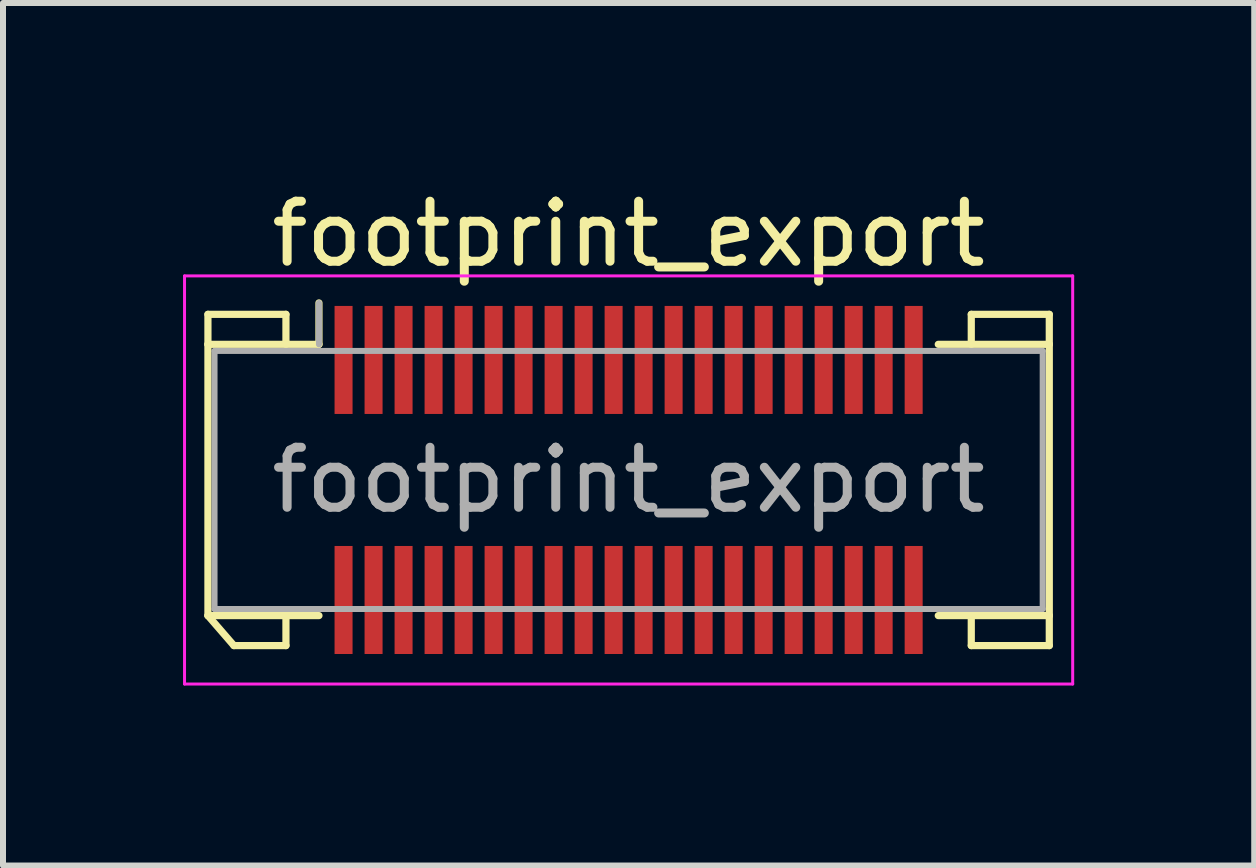
<source format=kicad_pcb>
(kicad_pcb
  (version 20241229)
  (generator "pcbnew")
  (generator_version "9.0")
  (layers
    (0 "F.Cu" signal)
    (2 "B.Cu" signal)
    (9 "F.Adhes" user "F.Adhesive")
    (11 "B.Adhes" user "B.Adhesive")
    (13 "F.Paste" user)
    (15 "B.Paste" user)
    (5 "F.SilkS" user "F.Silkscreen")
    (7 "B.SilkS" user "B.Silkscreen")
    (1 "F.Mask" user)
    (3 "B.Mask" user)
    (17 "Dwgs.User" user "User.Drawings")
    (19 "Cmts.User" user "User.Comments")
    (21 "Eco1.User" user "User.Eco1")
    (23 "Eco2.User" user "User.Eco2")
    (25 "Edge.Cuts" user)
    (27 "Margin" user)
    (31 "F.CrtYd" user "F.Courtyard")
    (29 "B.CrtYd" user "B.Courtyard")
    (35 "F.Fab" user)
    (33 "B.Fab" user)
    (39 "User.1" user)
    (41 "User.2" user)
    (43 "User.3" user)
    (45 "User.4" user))
  (footprint "footprint_export"
    (layer "F.Cu")
    (at 7.425 4.948)
    (property "Reference" "footprint_export" (at 0 -4.1 0) (layer "F.SilkS") (effects (font (size 1 1) (thickness 0.15))))
    (attr smd)
    (fp_line (start -7.01 -2.76) (end -5.71 -2.76) (stroke (width 0.12) (type solid)) (layer "F.SilkS"))
    (fp_line (start -7.01 -2.26) (end -7.01 -2.76) (stroke (width 0.12) (type solid)) (layer "F.SilkS"))
    (fp_line (start -7.01 -2.26) (end -5.16 -2.26) (stroke (width 0.12) (type solid)) (layer "F.SilkS"))
    (fp_line (start -7.01 2.26) (end -7.01 -2.26) (stroke (width 0.12) (type solid)) (layer "F.SilkS"))
    (fp_line (start -7.01 2.26) (end -6.577 2.76) (stroke (width 0.12) (type solid)) (layer "F.SilkS"))
    (fp_line (start -6.577 2.76) (end -5.71 2.76) (stroke (width 0.12) (type solid)) (layer "F.SilkS"))
    (fp_line (start -5.71 -2.76) (end -5.71 -2.26) (stroke (width 0.12) (type solid)) (layer "F.SilkS"))
    (fp_line (start -5.71 2.76) (end -5.71 2.26) (stroke (width 0.12) (type solid)) (layer "F.SilkS"))
    (fp_line (start -5.16 -2.26) (end -5.16 -2.95) (stroke (width 0.12) (type solid)) (layer "F.SilkS"))
    (fp_line (start -5.16 2.26) (end -7.01 2.26) (stroke (width 0.12) (type solid)) (layer "F.SilkS"))
    (fp_line (start 5.16 2.26) (end 7.01 2.26) (stroke (width 0.12) (type solid)) (layer "F.SilkS"))
    (fp_line (start 5.71 -2.76) (end 5.71 -2.26) (stroke (width 0.12) (type solid)) (layer "F.SilkS"))
    (fp_line (start 5.71 2.76) (end 5.71 2.26) (stroke (width 0.12) (type solid)) (layer "F.SilkS"))
    (fp_line (start 7.01 -2.76) (end 5.71 -2.76) (stroke (width 0.12) (type solid)) (layer "F.SilkS"))
    (fp_line (start 7.01 -2.26) (end 5.16 -2.26) (stroke (width 0.12) (type solid)) (layer "F.SilkS"))
    (fp_line (start 7.01 -2.26) (end 7.01 -2.76) (stroke (width 0.12) (type solid)) (layer "F.SilkS"))
    (fp_line (start 7.01 2.26) (end 7.01 -2.26) (stroke (width 0.12) (type solid)) (layer "F.SilkS"))
    (fp_line (start 7.01 2.26) (end 7.01 2.76) (stroke (width 0.12) (type solid)) (layer "F.SilkS"))
    (fp_line (start 7.01 2.76) (end 5.71 2.76) (stroke (width 0.12) (type solid)) (layer "F.SilkS"))
    (fp_line (start -7.4 -3.4) (end -7.4 3.4) (stroke (width 0.05) (type solid)) (layer "F.CrtYd"))
    (fp_line (start -7.4 3.4) (end 7.4 3.4) (stroke (width 0.05) (type solid)) (layer "F.CrtYd"))
    (fp_line (start 7.4 -3.4) (end -7.4 -3.4) (stroke (width 0.05) (type solid)) (layer "F.CrtYd"))
    (fp_line (start 7.4 3.4) (end 7.4 -3.4) (stroke (width 0.05) (type solid)) (layer "F.CrtYd"))
    (fp_line (start -6.9 -2.15) (end -6.9 2.15) (stroke (width 0.1) (type solid)) (layer "F.Fab"))
    (fp_line (start -6.9 2.15) (end 6.9 2.15) (stroke (width 0.1) (type solid)) (layer "F.Fab"))
    (fp_line (start -5.16 -2.26) (end -5.16 -2.95) (stroke (width 0.1) (type solid)) (layer "F.Fab"))
    (fp_line (start 6.9 -2.15) (end -6.9 -2.15) (stroke (width 0.1) (type solid)) (layer "F.Fab"))
    (fp_line (start 6.9 2.15) (end 6.9 -2.15) (stroke (width 0.1) (type solid)) (layer "F.Fab"))
    (fp_text user "${REFERENCE}" (at 0 0 0) (layer "F.Fab") (effects (font (size 1 1) (thickness 0.15))))
    (pad "1" smd rect (at -4.75 -2) (size 0.3 1.8) (layers "F.Cu" "F.Mask" "F.Paste"))
    (pad "2" smd rect (at -4.75 2) (size 0.3 1.8) (layers "F.Cu" "F.Mask" "F.Paste"))
    (pad "3" smd rect (at -4.25 -2) (size 0.3 1.8) (layers "F.Cu" "F.Mask" "F.Paste"))
    (pad "4" smd rect (at -4.25 2) (size 0.3 1.8) (layers "F.Cu" "F.Mask" "F.Paste"))
    (pad "5" smd rect (at -3.75 -2) (size 0.3 1.8) (layers "F.Cu" "F.Mask" "F.Paste"))
    (pad "6" smd rect (at -3.75 2) (size 0.3 1.8) (layers "F.Cu" "F.Mask" "F.Paste"))
    (pad "7" smd rect (at -3.25 -2) (size 0.3 1.8) (layers "F.Cu" "F.Mask" "F.Paste"))
    (pad "8" smd rect (at -3.25 2) (size 0.3 1.8) (layers "F.Cu" "F.Mask" "F.Paste"))
    (pad "9" smd rect (at -2.75 -2) (size 0.3 1.8) (layers "F.Cu" "F.Mask" "F.Paste"))
    (pad "10" smd rect (at -2.75 2) (size 0.3 1.8) (layers "F.Cu" "F.Mask" "F.Paste"))
    (pad "11" smd rect (at -2.25 -2) (size 0.3 1.8) (layers "F.Cu" "F.Mask" "F.Paste"))
    (pad "12" smd rect (at -2.25 2) (size 0.3 1.8) (layers "F.Cu" "F.Mask" "F.Paste"))
    (pad "13" smd rect (at -1.75 -2) (size 0.3 1.8) (layers "F.Cu" "F.Mask" "F.Paste"))
    (pad "14" smd rect (at -1.75 2) (size 0.3 1.8) (layers "F.Cu" "F.Mask" "F.Paste"))
    (pad "15" smd rect (at -1.25 -2) (size 0.3 1.8) (layers "F.Cu" "F.Mask" "F.Paste"))
    (pad "16" smd rect (at -1.25 2) (size 0.3 1.8) (layers "F.Cu" "F.Mask" "F.Paste"))
    (pad "17" smd rect (at -0.75 -2) (size 0.3 1.8) (layers "F.Cu" "F.Mask" "F.Paste"))
    (pad "18" smd rect (at -0.75 2) (size 0.3 1.8) (layers "F.Cu" "F.Mask" "F.Paste"))
    (pad "19" smd rect (at -0.25 -2) (size 0.3 1.8) (layers "F.Cu" "F.Mask" "F.Paste"))
    (pad "20" smd rect (at -0.25 2) (size 0.3 1.8) (layers "F.Cu" "F.Mask" "F.Paste"))
    (pad "21" smd rect (at 0.25 -2) (size 0.3 1.8) (layers "F.Cu" "F.Mask" "F.Paste"))
    (pad "22" smd rect (at 0.25 2) (size 0.3 1.8) (layers "F.Cu" "F.Mask" "F.Paste"))
    (pad "23" smd rect (at 0.75 -2) (size 0.3 1.8) (layers "F.Cu" "F.Mask" "F.Paste"))
    (pad "24" smd rect (at 0.75 2) (size 0.3 1.8) (layers "F.Cu" "F.Mask" "F.Paste"))
    (pad "25" smd rect (at 1.25 -2) (size 0.3 1.8) (layers "F.Cu" "F.Mask" "F.Paste"))
    (pad "26" smd rect (at 1.25 2) (size 0.3 1.8) (layers "F.Cu" "F.Mask" "F.Paste"))
    (pad "27" smd rect (at 1.75 -2) (size 0.3 1.8) (layers "F.Cu" "F.Mask" "F.Paste"))
    (pad "28" smd rect (at 1.75 2) (size 0.3 1.8) (layers "F.Cu" "F.Mask" "F.Paste"))
    (pad "29" smd rect (at 2.25 -2) (size 0.3 1.8) (layers "F.Cu" "F.Mask" "F.Paste"))
    (pad "30" smd rect (at 2.25 2) (size 0.3 1.8) (layers "F.Cu" "F.Mask" "F.Paste"))
    (pad "31" smd rect (at 2.75 -2) (size 0.3 1.8) (layers "F.Cu" "F.Mask" "F.Paste"))
    (pad "32" smd rect (at 2.75 2) (size 0.3 1.8) (layers "F.Cu" "F.Mask" "F.Paste"))
    (pad "33" smd rect (at 3.25 -2) (size 0.3 1.8) (layers "F.Cu" "F.Mask" "F.Paste"))
    (pad "34" smd rect (at 3.25 2) (size 0.3 1.8) (layers "F.Cu" "F.Mask" "F.Paste"))
    (pad "35" smd rect (at 3.75 -2) (size 0.3 1.8) (layers "F.Cu" "F.Mask" "F.Paste"))
    (pad "36" smd rect (at 3.75 2) (size 0.3 1.8) (layers "F.Cu" "F.Mask" "F.Paste"))
    (pad "37" smd rect (at 4.25 -2) (size 0.3 1.8) (layers "F.Cu" "F.Mask" "F.Paste"))
    (pad "38" smd rect (at 4.25 2) (size 0.3 1.8) (layers "F.Cu" "F.Mask" "F.Paste"))
    (pad "39" smd rect (at 4.75 -2) (size 0.3 1.8) (layers "F.Cu" "F.Mask" "F.Paste"))
    (pad "40" smd rect (at 4.75 2) (size 0.3 1.8) (layers "F.Cu" "F.Mask" "F.Paste")))
  (gr_rect
    (start -3 -3)
    (end 17.85 11.373)
    (stroke (width 0.1) (type default))
    (fill no)
    (layer "Edge.Cuts")))
</source>
